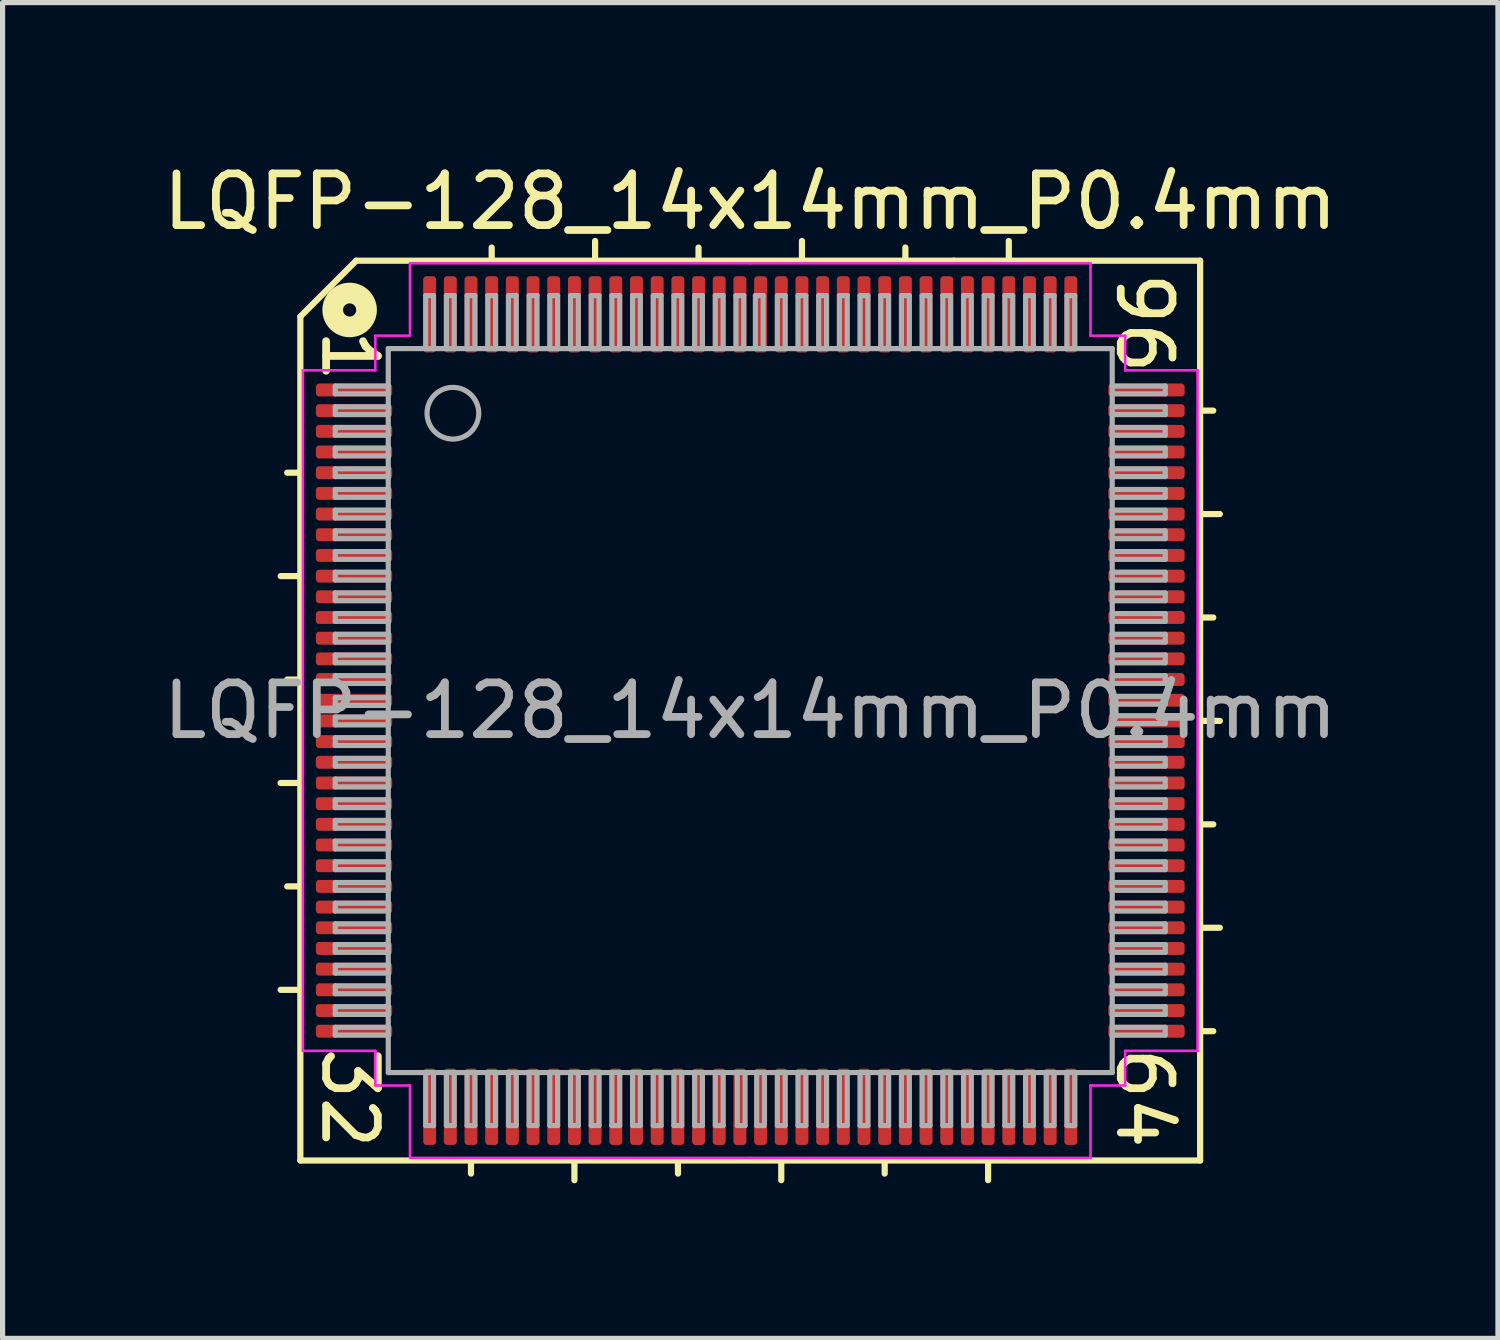
<source format=kicad_pcb>
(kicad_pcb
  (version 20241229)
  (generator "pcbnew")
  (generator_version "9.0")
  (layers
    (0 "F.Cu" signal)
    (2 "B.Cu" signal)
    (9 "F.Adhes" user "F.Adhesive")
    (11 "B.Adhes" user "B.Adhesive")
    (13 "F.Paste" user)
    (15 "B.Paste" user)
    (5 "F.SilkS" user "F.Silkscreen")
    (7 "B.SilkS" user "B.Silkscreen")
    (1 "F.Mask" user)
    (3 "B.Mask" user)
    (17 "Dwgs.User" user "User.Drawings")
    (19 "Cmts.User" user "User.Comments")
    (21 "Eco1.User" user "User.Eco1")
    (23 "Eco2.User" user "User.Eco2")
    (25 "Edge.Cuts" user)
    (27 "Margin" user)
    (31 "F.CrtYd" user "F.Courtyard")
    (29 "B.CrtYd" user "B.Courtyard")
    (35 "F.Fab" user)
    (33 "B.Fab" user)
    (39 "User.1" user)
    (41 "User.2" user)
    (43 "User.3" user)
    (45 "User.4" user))
  (footprint "LQFP-128_14x14mm_P0.4mm"
    (layer "F.Cu")
    (at 11.458 10.691)
    (property "Reference" "LQFP-128_14x14mm_P0.4mm" (at 0 -9.843 0) (layer "F.SilkS") (effects (font (size 1 1) (thickness 0.15))))
    (attr smd)
    (fp_line (start -8.7 -7.62) (end -8.7 8.7) (stroke (width 0.12) (type solid)) (layer "F.SilkS"))
    (fp_line (start -8.7 -4.6) (end -8.954 -4.6) (stroke (width 0.12) (type solid)) (layer "F.SilkS"))
    (fp_line (start -8.7 -2.6) (end -9.081 -2.6) (stroke (width 0.12) (type solid)) (layer "F.SilkS"))
    (fp_line (start -8.7 -0.6) (end -8.954 -0.6) (stroke (width 0.12) (type solid)) (layer "F.SilkS"))
    (fp_line (start -8.7 1.4) (end -9.081 1.4) (stroke (width 0.12) (type solid)) (layer "F.SilkS"))
    (fp_line (start -8.7 3.4) (end -8.954 3.4) (stroke (width 0.12) (type solid)) (layer "F.SilkS"))
    (fp_line (start -8.7 5.4) (end -9.081 5.4) (stroke (width 0.12) (type solid)) (layer "F.SilkS"))
    (fp_line (start -8.7 8.7) (end 8.7 8.7) (stroke (width 0.12) (type solid)) (layer "F.SilkS"))
    (fp_line (start -7.62 -8.7) (end -8.7 -7.62) (stroke (width 0.12) (type solid)) (layer "F.SilkS"))
    (fp_line (start -7.62 -8.7) (end 3.937 -8.7) (stroke (width 0.12) (type solid)) (layer "F.SilkS"))
    (fp_line (start -5.4 8.7) (end -5.4 8.954) (stroke (width 0.12) (type solid)) (layer "F.SilkS"))
    (fp_line (start -5 -8.7) (end -5 -8.954) (stroke (width 0.12) (type solid)) (layer "F.SilkS"))
    (fp_line (start -3.4 8.7) (end -3.4 9.081) (stroke (width 0.12) (type solid)) (layer "F.SilkS"))
    (fp_line (start -3 -8.7) (end -3 -9.081) (stroke (width 0.12) (type solid)) (layer "F.SilkS"))
    (fp_line (start -1.4 8.7) (end -1.397 8.954) (stroke (width 0.12) (type solid)) (layer "F.SilkS"))
    (fp_line (start -1 -8.7) (end -1 -8.954) (stroke (width 0.12) (type solid)) (layer "F.SilkS"))
    (fp_line (start 0.6 8.7) (end 0.6 9.081) (stroke (width 0.12) (type solid)) (layer "F.SilkS"))
    (fp_line (start 1 -8.7) (end 1 -9.081) (stroke (width 0.12) (type solid)) (layer "F.SilkS"))
    (fp_line (start 2.6 8.7) (end 2.6 8.954) (stroke (width 0.12) (type solid)) (layer "F.SilkS"))
    (fp_line (start 3 -8.7) (end 3 -8.954) (stroke (width 0.12) (type solid)) (layer "F.SilkS"))
    (fp_line (start 4.6 8.7) (end 4.6 9.081) (stroke (width 0.12) (type solid)) (layer "F.SilkS"))
    (fp_line (start 5 -8.7) (end 5 -9.081) (stroke (width 0.12) (type solid)) (layer "F.SilkS"))
    (fp_line (start 8.7 -8.7) (end 3.937 -8.7) (stroke (width 0.12) (type solid)) (layer "F.SilkS"))
    (fp_line (start 8.7 -5.8) (end 8.954 -5.8) (stroke (width 0.12) (type solid)) (layer "F.SilkS"))
    (fp_line (start 8.7 -3.8) (end 9.081 -3.8) (stroke (width 0.12) (type solid)) (layer "F.SilkS"))
    (fp_line (start 8.7 -1.8) (end 8.954 -1.8) (stroke (width 0.12) (type solid)) (layer "F.SilkS"))
    (fp_line (start 8.7 0.2) (end 9.081 0.2) (stroke (width 0.12) (type solid)) (layer "F.SilkS"))
    (fp_line (start 8.7 2.2) (end 8.954 2.2) (stroke (width 0.12) (type solid)) (layer "F.SilkS"))
    (fp_line (start 8.7 4.2) (end 9.081 4.2) (stroke (width 0.12) (type solid)) (layer "F.SilkS"))
    (fp_line (start 8.7 6.2) (end 8.954 6.2) (stroke (width 0.12) (type solid)) (layer "F.SilkS"))
    (fp_line (start 8.7 8.7) (end 8.7 -8.7) (stroke (width 0.12) (type solid)) (layer "F.SilkS"))
    (fp_circle (center -7.747 -7.747) (end -7.62 -7.747) (stroke (width 0.4) (type solid)) (fill no) (layer "F.SilkS"))
    (fp_line (start -8.65 -6.58) (end -8.65 0) (stroke (width 0.05) (type solid)) (layer "F.CrtYd"))
    (fp_line (start -8.65 6.58) (end -8.65 0) (stroke (width 0.05) (type solid)) (layer "F.CrtYd"))
    (fp_line (start -7.25 -7.25) (end -7.25 -6.58) (stroke (width 0.05) (type solid)) (layer "F.CrtYd"))
    (fp_line (start -7.25 -6.58) (end -8.65 -6.58) (stroke (width 0.05) (type solid)) (layer "F.CrtYd"))
    (fp_line (start -7.25 6.58) (end -8.65 6.58) (stroke (width 0.05) (type solid)) (layer "F.CrtYd"))
    (fp_line (start -7.25 7.25) (end -7.25 6.58) (stroke (width 0.05) (type solid)) (layer "F.CrtYd"))
    (fp_line (start -6.58 -8.65) (end -6.58 -7.25) (stroke (width 0.05) (type solid)) (layer "F.CrtYd"))
    (fp_line (start -6.58 -7.25) (end -7.25 -7.25) (stroke (width 0.05) (type solid)) (layer "F.CrtYd"))
    (fp_line (start -6.58 7.25) (end -7.25 7.25) (stroke (width 0.05) (type solid)) (layer "F.CrtYd"))
    (fp_line (start -6.58 8.65) (end -6.58 7.25) (stroke (width 0.05) (type solid)) (layer "F.CrtYd"))
    (fp_line (start 0 -8.65) (end -6.58 -8.65) (stroke (width 0.05) (type solid)) (layer "F.CrtYd"))
    (fp_line (start 0 -8.65) (end 6.58 -8.65) (stroke (width 0.05) (type solid)) (layer "F.CrtYd"))
    (fp_line (start 0 8.65) (end -6.58 8.65) (stroke (width 0.05) (type solid)) (layer "F.CrtYd"))
    (fp_line (start 0 8.65) (end 6.58 8.65) (stroke (width 0.05) (type solid)) (layer "F.CrtYd"))
    (fp_line (start 6.58 -8.65) (end 6.58 -7.25) (stroke (width 0.05) (type solid)) (layer "F.CrtYd"))
    (fp_line (start 6.58 -7.25) (end 7.25 -7.25) (stroke (width 0.05) (type solid)) (layer "F.CrtYd"))
    (fp_line (start 6.58 7.25) (end 7.25 7.25) (stroke (width 0.05) (type solid)) (layer "F.CrtYd"))
    (fp_line (start 6.58 8.65) (end 6.58 7.25) (stroke (width 0.05) (type solid)) (layer "F.CrtYd"))
    (fp_line (start 7.25 -7.25) (end 7.25 -6.58) (stroke (width 0.05) (type solid)) (layer "F.CrtYd"))
    (fp_line (start 7.25 -6.58) (end 8.65 -6.58) (stroke (width 0.05) (type solid)) (layer "F.CrtYd"))
    (fp_line (start 7.25 6.58) (end 8.65 6.58) (stroke (width 0.05) (type solid)) (layer "F.CrtYd"))
    (fp_line (start 7.25 7.25) (end 7.25 6.58) (stroke (width 0.05) (type solid)) (layer "F.CrtYd"))
    (fp_line (start 8.65 -6.58) (end 8.65 0) (stroke (width 0.05) (type solid)) (layer "F.CrtYd"))
    (fp_line (start 8.65 6.58) (end 8.65 0) (stroke (width 0.05) (type solid)) (layer "F.CrtYd"))
    (fp_line (start -8.025 -6.275) (end -8.025 -6.125) (stroke (width 0.1) (type solid)) (layer "F.Fab"))
    (fp_line (start -8.025 -6.275) (end -7 -6.275) (stroke (width 0.1) (type solid)) (layer "F.Fab"))
    (fp_line (start -8.025 -6.125) (end -7 -6.125) (stroke (width 0.1) (type solid)) (layer "F.Fab"))
    (fp_line (start -8.025 -5.875) (end -8.025 -5.725) (stroke (width 0.1) (type solid)) (layer "F.Fab"))
    (fp_line (start -8.025 -5.875) (end -7 -5.875) (stroke (width 0.1) (type solid)) (layer "F.Fab"))
    (fp_line (start -8.025 -5.725) (end -7 -5.725) (stroke (width 0.1) (type solid)) (layer "F.Fab"))
    (fp_line (start -8.025 -5.475) (end -8.025 -5.325) (stroke (width 0.1) (type solid)) (layer "F.Fab"))
    (fp_line (start -8.025 -5.475) (end -7 -5.475) (stroke (width 0.1) (type solid)) (layer "F.Fab"))
    (fp_line (start -8.025 -5.325) (end -7 -5.325) (stroke (width 0.1) (type solid)) (layer "F.Fab"))
    (fp_line (start -8.025 -5.075) (end -8.025 -4.925) (stroke (width 0.1) (type solid)) (layer "F.Fab"))
    (fp_line (start -8.025 -5.075) (end -7 -5.075) (stroke (width 0.1) (type solid)) (layer "F.Fab"))
    (fp_line (start -8.025 -4.925) (end -7 -4.925) (stroke (width 0.1) (type solid)) (layer "F.Fab"))
    (fp_line (start -8.025 -4.675) (end -8.025 -4.525) (stroke (width 0.1) (type solid)) (layer "F.Fab"))
    (fp_line (start -8.025 -4.675) (end -7 -4.675) (stroke (width 0.1) (type solid)) (layer "F.Fab"))
    (fp_line (start -8.025 -4.525) (end -7 -4.525) (stroke (width 0.1) (type solid)) (layer "F.Fab"))
    (fp_line (start -8.025 -4.275) (end -8.025 -4.125) (stroke (width 0.1) (type solid)) (layer "F.Fab"))
    (fp_line (start -8.025 -4.275) (end -7 -4.275) (stroke (width 0.1) (type solid)) (layer "F.Fab"))
    (fp_line (start -8.025 -4.125) (end -7 -4.125) (stroke (width 0.1) (type solid)) (layer "F.Fab"))
    (fp_line (start -8.025 -3.875) (end -8.025 -3.725) (stroke (width 0.1) (type solid)) (layer "F.Fab"))
    (fp_line (start -8.025 -3.875) (end -7 -3.875) (stroke (width 0.1) (type solid)) (layer "F.Fab"))
    (fp_line (start -8.025 -3.725) (end -7 -3.725) (stroke (width 0.1) (type solid)) (layer "F.Fab"))
    (fp_line (start -8.025 -3.475) (end -8.025 -3.325) (stroke (width 0.1) (type solid)) (layer "F.Fab"))
    (fp_line (start -8.025 -3.475) (end -7 -3.475) (stroke (width 0.1) (type solid)) (layer "F.Fab"))
    (fp_line (start -8.025 -3.325) (end -7 -3.325) (stroke (width 0.1) (type solid)) (layer "F.Fab"))
    (fp_line (start -8.025 -3.075) (end -8.025 -2.925) (stroke (width 0.1) (type solid)) (layer "F.Fab"))
    (fp_line (start -8.025 -3.075) (end -7 -3.075) (stroke (width 0.1) (type solid)) (layer "F.Fab"))
    (fp_line (start -8.025 -2.925) (end -7 -2.925) (stroke (width 0.1) (type solid)) (layer "F.Fab"))
    (fp_line (start -8.025 -2.675) (end -8.025 -2.525) (stroke (width 0.1) (type solid)) (layer "F.Fab"))
    (fp_line (start -8.025 -2.675) (end -7 -2.675) (stroke (width 0.1) (type solid)) (layer "F.Fab"))
    (fp_line (start -8.025 -2.525) (end -7 -2.525) (stroke (width 0.1) (type solid)) (layer "F.Fab"))
    (fp_line (start -8.025 -2.275) (end -8.025 -2.125) (stroke (width 0.1) (type solid)) (layer "F.Fab"))
    (fp_line (start -8.025 -2.275) (end -7 -2.275) (stroke (width 0.1) (type solid)) (layer "F.Fab"))
    (fp_line (start -8.025 -2.125) (end -7 -2.125) (stroke (width 0.1) (type solid)) (layer "F.Fab"))
    (fp_line (start -8.025 -1.875) (end -8.025 -1.725) (stroke (width 0.1) (type solid)) (layer "F.Fab"))
    (fp_line (start -8.025 -1.875) (end -7 -1.875) (stroke (width 0.1) (type solid)) (layer "F.Fab"))
    (fp_line (start -8.025 -1.725) (end -7 -1.725) (stroke (width 0.1) (type solid)) (layer "F.Fab"))
    (fp_line (start -8.025 -1.475) (end -8.025 -1.325) (stroke (width 0.1) (type solid)) (layer "F.Fab"))
    (fp_line (start -8.025 -1.475) (end -7 -1.475) (stroke (width 0.1) (type solid)) (layer "F.Fab"))
    (fp_line (start -8.025 -1.325) (end -7 -1.325) (stroke (width 0.1) (type solid)) (layer "F.Fab"))
    (fp_line (start -8.025 -1.075) (end -8.025 -0.925) (stroke (width 0.1) (type solid)) (layer "F.Fab"))
    (fp_line (start -8.025 -1.075) (end -7 -1.075) (stroke (width 0.1) (type solid)) (layer "F.Fab"))
    (fp_line (start -8.025 -0.925) (end -7 -0.925) (stroke (width 0.1) (type solid)) (layer "F.Fab"))
    (fp_line (start -8.025 -0.675) (end -8.025 -0.525) (stroke (width 0.1) (type solid)) (layer "F.Fab"))
    (fp_line (start -8.025 -0.675) (end -7 -0.675) (stroke (width 0.1) (type solid)) (layer "F.Fab"))
    (fp_line (start -8.025 -0.525) (end -7 -0.525) (stroke (width 0.1) (type solid)) (layer "F.Fab"))
    (fp_line (start -8.025 -0.25) (end -8.025 -0.1) (stroke (width 0.1) (type solid)) (layer "F.Fab"))
    (fp_line (start -8.025 -0.25) (end -7 -0.25) (stroke (width 0.1) (type solid)) (layer "F.Fab"))
    (fp_line (start -8.025 -0.1) (end -7 -0.1) (stroke (width 0.1) (type solid)) (layer "F.Fab"))
    (fp_line (start -8.025 0.125) (end -8.025 0.275) (stroke (width 0.1) (type solid)) (layer "F.Fab"))
    (fp_line (start -8.025 0.125) (end -7 0.125) (stroke (width 0.1) (type solid)) (layer "F.Fab"))
    (fp_line (start -8.025 0.275) (end -7 0.275) (stroke (width 0.1) (type solid)) (layer "F.Fab"))
    (fp_line (start -8.025 0.525) (end -8.025 0.675) (stroke (width 0.1) (type solid)) (layer "F.Fab"))
    (fp_line (start -8.025 0.525) (end -7 0.525) (stroke (width 0.1) (type solid)) (layer "F.Fab"))
    (fp_line (start -8.025 0.675) (end -7 0.675) (stroke (width 0.1) (type solid)) (layer "F.Fab"))
    (fp_line (start -8.025 0.925) (end -8.025 1.075) (stroke (width 0.1) (type solid)) (layer "F.Fab"))
    (fp_line (start -8.025 0.925) (end -7 0.925) (stroke (width 0.1) (type solid)) (layer "F.Fab"))
    (fp_line (start -8.025 1.075) (end -7 1.075) (stroke (width 0.1) (type solid)) (layer "F.Fab"))
    (fp_line (start -8.025 1.325) (end -8.025 1.475) (stroke (width 0.1) (type solid)) (layer "F.Fab"))
    (fp_line (start -8.025 1.325) (end -7 1.325) (stroke (width 0.1) (type solid)) (layer "F.Fab"))
    (fp_line (start -8.025 1.475) (end -7 1.475) (stroke (width 0.1) (type solid)) (layer "F.Fab"))
    (fp_line (start -8.025 1.725) (end -8.025 1.875) (stroke (width 0.1) (type solid)) (layer "F.Fab"))
    (fp_line (start -8.025 1.725) (end -7 1.725) (stroke (width 0.1) (type solid)) (layer "F.Fab"))
    (fp_line (start -8.025 1.875) (end -7 1.875) (stroke (width 0.1) (type solid)) (layer "F.Fab"))
    (fp_line (start -8.025 2.125) (end -8.025 2.275) (stroke (width 0.1) (type solid)) (layer "F.Fab"))
    (fp_line (start -8.025 2.125) (end -7 2.125) (stroke (width 0.1) (type solid)) (layer "F.Fab"))
    (fp_line (start -8.025 2.275) (end -7 2.275) (stroke (width 0.1) (type solid)) (layer "F.Fab"))
    (fp_line (start -8.025 2.525) (end -8.025 2.675) (stroke (width 0.1) (type solid)) (layer "F.Fab"))
    (fp_line (start -8.025 2.525) (end -7 2.525) (stroke (width 0.1) (type solid)) (layer "F.Fab"))
    (fp_line (start -8.025 2.675) (end -7 2.675) (stroke (width 0.1) (type solid)) (layer "F.Fab"))
    (fp_line (start -8.025 2.925) (end -8.025 3.075) (stroke (width 0.1) (type solid)) (layer "F.Fab"))
    (fp_line (start -8.025 2.925) (end -7 2.925) (stroke (width 0.1) (type solid)) (layer "F.Fab"))
    (fp_line (start -8.025 3.075) (end -7 3.075) (stroke (width 0.1) (type solid)) (layer "F.Fab"))
    (fp_line (start -8.025 3.325) (end -8.025 3.475) (stroke (width 0.1) (type solid)) (layer "F.Fab"))
    (fp_line (start -8.025 3.325) (end -7 3.325) (stroke (width 0.1) (type solid)) (layer "F.Fab"))
    (fp_line (start -8.025 3.475) (end -7 3.475) (stroke (width 0.1) (type solid)) (layer "F.Fab"))
    (fp_line (start -8.025 3.725) (end -8.025 3.875) (stroke (width 0.1) (type solid)) (layer "F.Fab"))
    (fp_line (start -8.025 3.725) (end -7 3.725) (stroke (width 0.1) (type solid)) (layer "F.Fab"))
    (fp_line (start -8.025 3.875) (end -7 3.875) (stroke (width 0.1) (type solid)) (layer "F.Fab"))
    (fp_line (start -8.025 4.125) (end -8.025 4.275) (stroke (width 0.1) (type solid)) (layer "F.Fab"))
    (fp_line (start -8.025 4.125) (end -7 4.125) (stroke (width 0.1) (type solid)) (layer "F.Fab"))
    (fp_line (start -8.025 4.275) (end -7 4.275) (stroke (width 0.1) (type solid)) (layer "F.Fab"))
    (fp_line (start -8.025 4.525) (end -8.025 4.675) (stroke (width 0.1) (type solid)) (layer "F.Fab"))
    (fp_line (start -8.025 4.525) (end -7 4.525) (stroke (width 0.1) (type solid)) (layer "F.Fab"))
    (fp_line (start -8.025 4.675) (end -7 4.675) (stroke (width 0.1) (type solid)) (layer "F.Fab"))
    (fp_line (start -8.025 4.925) (end -8.025 5.075) (stroke (width 0.1) (type solid)) (layer "F.Fab"))
    (fp_line (start -8.025 4.925) (end -7 4.925) (stroke (width 0.1) (type solid)) (layer "F.Fab"))
    (fp_line (start -8.025 5.075) (end -7 5.075) (stroke (width 0.1) (type solid)) (layer "F.Fab"))
    (fp_line (start -8.025 5.325) (end -8.025 5.475) (stroke (width 0.1) (type solid)) (layer "F.Fab"))
    (fp_line (start -8.025 5.325) (end -7 5.325) (stroke (width 0.1) (type solid)) (layer "F.Fab"))
    (fp_line (start -8.025 5.475) (end -7 5.475) (stroke (width 0.1) (type solid)) (layer "F.Fab"))
    (fp_line (start -8.025 5.725) (end -8.025 5.875) (stroke (width 0.1) (type solid)) (layer "F.Fab"))
    (fp_line (start -8.025 5.725) (end -7 5.725) (stroke (width 0.1) (type solid)) (layer "F.Fab"))
    (fp_line (start -8.025 5.875) (end -7 5.875) (stroke (width 0.1) (type solid)) (layer "F.Fab"))
    (fp_line (start -8.025 6.125) (end -8.025 6.275) (stroke (width 0.1) (type solid)) (layer "F.Fab"))
    (fp_line (start -8.025 6.125) (end -7 6.125) (stroke (width 0.1) (type solid)) (layer "F.Fab"))
    (fp_line (start -8.025 6.275) (end -7 6.275) (stroke (width 0.1) (type solid)) (layer "F.Fab"))
    (fp_line (start -7 -7) (end 7 -7) (stroke (width 0.1) (type solid)) (layer "F.Fab"))
    (fp_line (start -7 7) (end -7 -7) (stroke (width 0.1) (type solid)) (layer "F.Fab"))
    (fp_line (start -6.275 -8.025) (end -6.275 -7) (stroke (width 0.1) (type solid)) (layer "F.Fab"))
    (fp_line (start -6.275 8.025) (end -6.275 7) (stroke (width 0.1) (type solid)) (layer "F.Fab"))
    (fp_line (start -6.275 8.025) (end -6.125 8.025) (stroke (width 0.1) (type solid)) (layer "F.Fab"))
    (fp_line (start -6.125 -8.025) (end -6.275 -8.025) (stroke (width 0.1) (type solid)) (layer "F.Fab"))
    (fp_line (start -6.125 -8.025) (end -6.125 -7) (stroke (width 0.1) (type solid)) (layer "F.Fab"))
    (fp_line (start -6.125 8.025) (end -6.125 7) (stroke (width 0.1) (type solid)) (layer "F.Fab"))
    (fp_line (start -5.875 -8.025) (end -5.875 -7) (stroke (width 0.1) (type solid)) (layer "F.Fab"))
    (fp_line (start -5.875 8.025) (end -5.875 7) (stroke (width 0.1) (type solid)) (layer "F.Fab"))
    (fp_line (start -5.875 8.025) (end -5.725 8.025) (stroke (width 0.1) (type solid)) (layer "F.Fab"))
    (fp_line (start -5.725 -8.025) (end -5.875 -8.025) (stroke (width 0.1) (type solid)) (layer "F.Fab"))
    (fp_line (start -5.725 -8.025) (end -5.725 -7) (stroke (width 0.1) (type solid)) (layer "F.Fab"))
    (fp_line (start -5.725 8.025) (end -5.725 7) (stroke (width 0.1) (type solid)) (layer "F.Fab"))
    (fp_line (start -5.475 -8.025) (end -5.475 -7) (stroke (width 0.1) (type solid)) (layer "F.Fab"))
    (fp_line (start -5.475 8.025) (end -5.475 7) (stroke (width 0.1) (type solid)) (layer "F.Fab"))
    (fp_line (start -5.475 8.025) (end -5.325 8.025) (stroke (width 0.1) (type solid)) (layer "F.Fab"))
    (fp_line (start -5.325 -8.025) (end -5.475 -8.025) (stroke (width 0.1) (type solid)) (layer "F.Fab"))
    (fp_line (start -5.325 -8.025) (end -5.325 -7) (stroke (width 0.1) (type solid)) (layer "F.Fab"))
    (fp_line (start -5.325 8.025) (end -5.325 7) (stroke (width 0.1) (type solid)) (layer "F.Fab"))
    (fp_line (start -5.075 -8.025) (end -5.075 -7) (stroke (width 0.1) (type solid)) (layer "F.Fab"))
    (fp_line (start -5.075 8.025) (end -5.075 7) (stroke (width 0.1) (type solid)) (layer "F.Fab"))
    (fp_line (start -5.075 8.025) (end -4.925 8.025) (stroke (width 0.1) (type solid)) (layer "F.Fab"))
    (fp_line (start -4.925 -8.025) (end -5.075 -8.025) (stroke (width 0.1) (type solid)) (layer "F.Fab"))
    (fp_line (start -4.925 -8.025) (end -4.925 -7) (stroke (width 0.1) (type solid)) (layer "F.Fab"))
    (fp_line (start -4.925 8.025) (end -4.925 7) (stroke (width 0.1) (type solid)) (layer "F.Fab"))
    (fp_line (start -4.675 -8.025) (end -4.675 -7) (stroke (width 0.1) (type solid)) (layer "F.Fab"))
    (fp_line (start -4.675 8.025) (end -4.675 7) (stroke (width 0.1) (type solid)) (layer "F.Fab"))
    (fp_line (start -4.675 8.025) (end -4.525 8.025) (stroke (width 0.1) (type solid)) (layer "F.Fab"))
    (fp_line (start -4.525 -8.025) (end -4.675 -8.025) (stroke (width 0.1) (type solid)) (layer "F.Fab"))
    (fp_line (start -4.525 -8.025) (end -4.525 -7) (stroke (width 0.1) (type solid)) (layer "F.Fab"))
    (fp_line (start -4.525 8.025) (end -4.525 7) (stroke (width 0.1) (type solid)) (layer "F.Fab"))
    (fp_line (start -4.275 -8.025) (end -4.275 -7) (stroke (width 0.1) (type solid)) (layer "F.Fab"))
    (fp_line (start -4.275 8.025) (end -4.275 7) (stroke (width 0.1) (type solid)) (layer "F.Fab"))
    (fp_line (start -4.275 8.025) (end -4.125 8.025) (stroke (width 0.1) (type solid)) (layer "F.Fab"))
    (fp_line (start -4.125 -8.025) (end -4.275 -8.025) (stroke (width 0.1) (type solid)) (layer "F.Fab"))
    (fp_line (start -4.125 -8.025) (end -4.125 -7) (stroke (width 0.1) (type solid)) (layer "F.Fab"))
    (fp_line (start -4.125 8.025) (end -4.125 7) (stroke (width 0.1) (type solid)) (layer "F.Fab"))
    (fp_line (start -3.875 -8.025) (end -3.875 -7) (stroke (width 0.1) (type solid)) (layer "F.Fab"))
    (fp_line (start -3.875 8.025) (end -3.875 7) (stroke (width 0.1) (type solid)) (layer "F.Fab"))
    (fp_line (start -3.875 8.025) (end -3.725 8.025) (stroke (width 0.1) (type solid)) (layer "F.Fab"))
    (fp_line (start -3.725 -8.025) (end -3.875 -8.025) (stroke (width 0.1) (type solid)) (layer "F.Fab"))
    (fp_line (start -3.725 -8.025) (end -3.725 -7) (stroke (width 0.1) (type solid)) (layer "F.Fab"))
    (fp_line (start -3.725 8.025) (end -3.725 7) (stroke (width 0.1) (type solid)) (layer "F.Fab"))
    (fp_line (start -3.475 -8.025) (end -3.475 -7) (stroke (width 0.1) (type solid)) (layer "F.Fab"))
    (fp_line (start -3.475 8.025) (end -3.475 7) (stroke (width 0.1) (type solid)) (layer "F.Fab"))
    (fp_line (start -3.475 8.025) (end -3.325 8.025) (stroke (width 0.1) (type solid)) (layer "F.Fab"))
    (fp_line (start -3.325 -8.025) (end -3.475 -8.025) (stroke (width 0.1) (type solid)) (layer "F.Fab"))
    (fp_line (start -3.325 -8.025) (end -3.325 -7) (stroke (width 0.1) (type solid)) (layer "F.Fab"))
    (fp_line (start -3.325 8.025) (end -3.325 7) (stroke (width 0.1) (type solid)) (layer "F.Fab"))
    (fp_line (start -3.075 -8.025) (end -3.075 -7) (stroke (width 0.1) (type solid)) (layer "F.Fab"))
    (fp_line (start -3.075 8.025) (end -3.075 7) (stroke (width 0.1) (type solid)) (layer "F.Fab"))
    (fp_line (start -3.075 8.025) (end -2.925 8.025) (stroke (width 0.1) (type solid)) (layer "F.Fab"))
    (fp_line (start -2.925 -8.025) (end -3.075 -8.025) (stroke (width 0.1) (type solid)) (layer "F.Fab"))
    (fp_line (start -2.925 -8.025) (end -2.925 -7) (stroke (width 0.1) (type solid)) (layer "F.Fab"))
    (fp_line (start -2.925 8.025) (end -2.925 7) (stroke (width 0.1) (type solid)) (layer "F.Fab"))
    (fp_line (start -2.675 -8.025) (end -2.675 -7) (stroke (width 0.1) (type solid)) (layer "F.Fab"))
    (fp_line (start -2.675 8.025) (end -2.675 7) (stroke (width 0.1) (type solid)) (layer "F.Fab"))
    (fp_line (start -2.675 8.025) (end -2.525 8.025) (stroke (width 0.1) (type solid)) (layer "F.Fab"))
    (fp_line (start -2.525 -8.025) (end -2.675 -8.025) (stroke (width 0.1) (type solid)) (layer "F.Fab"))
    (fp_line (start -2.525 -8.025) (end -2.525 -7) (stroke (width 0.1) (type solid)) (layer "F.Fab"))
    (fp_line (start -2.525 8.025) (end -2.525 7) (stroke (width 0.1) (type solid)) (layer "F.Fab"))
    (fp_line (start -2.275 -8.025) (end -2.275 -7) (stroke (width 0.1) (type solid)) (layer "F.Fab"))
    (fp_line (start -2.275 8.025) (end -2.275 7) (stroke (width 0.1) (type solid)) (layer "F.Fab"))
    (fp_line (start -2.275 8.025) (end -2.125 8.025) (stroke (width 0.1) (type solid)) (layer "F.Fab"))
    (fp_line (start -2.125 -8.025) (end -2.275 -8.025) (stroke (width 0.1) (type solid)) (layer "F.Fab"))
    (fp_line (start -2.125 -8.025) (end -2.125 -7) (stroke (width 0.1) (type solid)) (layer "F.Fab"))
    (fp_line (start -2.125 8.025) (end -2.125 7) (stroke (width 0.1) (type solid)) (layer "F.Fab"))
    (fp_line (start -1.875 -8.025) (end -1.875 -7) (stroke (width 0.1) (type solid)) (layer "F.Fab"))
    (fp_line (start -1.875 8.025) (end -1.875 7) (stroke (width 0.1) (type solid)) (layer "F.Fab"))
    (fp_line (start -1.875 8.025) (end -1.725 8.025) (stroke (width 0.1) (type solid)) (layer "F.Fab"))
    (fp_line (start -1.725 -8.025) (end -1.875 -8.025) (stroke (width 0.1) (type solid)) (layer "F.Fab"))
    (fp_line (start -1.725 -8.025) (end -1.725 -7) (stroke (width 0.1) (type solid)) (layer "F.Fab"))
    (fp_line (start -1.725 8.025) (end -1.725 7) (stroke (width 0.1) (type solid)) (layer "F.Fab"))
    (fp_line (start -1.475 -8.025) (end -1.475 -7) (stroke (width 0.1) (type solid)) (layer "F.Fab"))
    (fp_line (start -1.475 8.025) (end -1.475 7) (stroke (width 0.1) (type solid)) (layer "F.Fab"))
    (fp_line (start -1.475 8.025) (end -1.325 8.025) (stroke (width 0.1) (type solid)) (layer "F.Fab"))
    (fp_line (start -1.325 -8.025) (end -1.475 -8.025) (stroke (width 0.1) (type solid)) (layer "F.Fab"))
    (fp_line (start -1.325 -8.025) (end -1.325 -7) (stroke (width 0.1) (type solid)) (layer "F.Fab"))
    (fp_line (start -1.325 8.025) (end -1.325 7) (stroke (width 0.1) (type solid)) (layer "F.Fab"))
    (fp_line (start -1.075 -8.025) (end -1.075 -7) (stroke (width 0.1) (type solid)) (layer "F.Fab"))
    (fp_line (start -1.075 8.025) (end -1.075 7) (stroke (width 0.1) (type solid)) (layer "F.Fab"))
    (fp_line (start -1.075 8.025) (end -0.925 8.025) (stroke (width 0.1) (type solid)) (layer "F.Fab"))
    (fp_line (start -0.925 -8.025) (end -1.075 -8.025) (stroke (width 0.1) (type solid)) (layer "F.Fab"))
    (fp_line (start -0.925 -8.025) (end -0.925 -7) (stroke (width 0.1) (type solid)) (layer "F.Fab"))
    (fp_line (start -0.925 8.025) (end -0.925 7) (stroke (width 0.1) (type solid)) (layer "F.Fab"))
    (fp_line (start -0.675 -8.025) (end -0.675 -7) (stroke (width 0.1) (type solid)) (layer "F.Fab"))
    (fp_line (start -0.675 8.025) (end -0.675 7) (stroke (width 0.1) (type solid)) (layer "F.Fab"))
    (fp_line (start -0.675 8.025) (end -0.525 8.025) (stroke (width 0.1) (type solid)) (layer "F.Fab"))
    (fp_line (start -0.525 -8.025) (end -0.675 -8.025) (stroke (width 0.1) (type solid)) (layer "F.Fab"))
    (fp_line (start -0.525 -8.025) (end -0.525 -7) (stroke (width 0.1) (type solid)) (layer "F.Fab"))
    (fp_line (start -0.525 8.025) (end -0.525 7) (stroke (width 0.1) (type solid)) (layer "F.Fab"))
    (fp_line (start -0.275 -8.025) (end -0.275 -7) (stroke (width 0.1) (type solid)) (layer "F.Fab"))
    (fp_line (start -0.25 8.025) (end -0.25 7) (stroke (width 0.1) (type solid)) (layer "F.Fab"))
    (fp_line (start -0.25 8.025) (end -0.1 8.025) (stroke (width 0.1) (type solid)) (layer "F.Fab"))
    (fp_line (start -0.125 -8.025) (end -0.275 -8.025) (stroke (width 0.1) (type solid)) (layer "F.Fab"))
    (fp_line (start -0.125 -8.025) (end -0.125 -7) (stroke (width 0.1) (type solid)) (layer "F.Fab"))
    (fp_line (start -0.1 8.025) (end -0.1 7) (stroke (width 0.1) (type solid)) (layer "F.Fab"))
    (fp_line (start 0.1 -8.025) (end 0.1 -7) (stroke (width 0.1) (type solid)) (layer "F.Fab"))
    (fp_line (start 0.125 8.025) (end 0.125 7) (stroke (width 0.1) (type solid)) (layer "F.Fab"))
    (fp_line (start 0.125 8.025) (end 0.275 8.025) (stroke (width 0.1) (type solid)) (layer "F.Fab"))
    (fp_line (start 0.25 -8.025) (end 0.1 -8.025) (stroke (width 0.1) (type solid)) (layer "F.Fab"))
    (fp_line (start 0.25 -8.025) (end 0.25 -7) (stroke (width 0.1) (type solid)) (layer "F.Fab"))
    (fp_line (start 0.275 8.025) (end 0.275 7) (stroke (width 0.1) (type solid)) (layer "F.Fab"))
    (fp_line (start 0.525 -8.025) (end 0.525 -7) (stroke (width 0.1) (type solid)) (layer "F.Fab"))
    (fp_line (start 0.525 8.025) (end 0.525 7) (stroke (width 0.1) (type solid)) (layer "F.Fab"))
    (fp_line (start 0.525 8.025) (end 0.675 8.025) (stroke (width 0.1) (type solid)) (layer "F.Fab"))
    (fp_line (start 0.675 -8.025) (end 0.525 -8.025) (stroke (width 0.1) (type solid)) (layer "F.Fab"))
    (fp_line (start 0.675 -8.025) (end 0.675 -7) (stroke (width 0.1) (type solid)) (layer "F.Fab"))
    (fp_line (start 0.675 8.025) (end 0.675 7) (stroke (width 0.1) (type solid)) (layer "F.Fab"))
    (fp_line (start 0.925 -8.025) (end 0.925 -7) (stroke (width 0.1) (type solid)) (layer "F.Fab"))
    (fp_line (start 0.925 8.025) (end 0.925 7) (stroke (width 0.1) (type solid)) (layer "F.Fab"))
    (fp_line (start 0.925 8.025) (end 1.075 8.025) (stroke (width 0.1) (type solid)) (layer "F.Fab"))
    (fp_line (start 1.075 -8.025) (end 0.925 -8.025) (stroke (width 0.1) (type solid)) (layer "F.Fab"))
    (fp_line (start 1.075 -8.025) (end 1.075 -7) (stroke (width 0.1) (type solid)) (layer "F.Fab"))
    (fp_line (start 1.075 8.025) (end 1.075 7) (stroke (width 0.1) (type solid)) (layer "F.Fab"))
    (fp_line (start 1.325 -8.025) (end 1.325 -7) (stroke (width 0.1) (type solid)) (layer "F.Fab"))
    (fp_line (start 1.325 8.025) (end 1.325 7) (stroke (width 0.1) (type solid)) (layer "F.Fab"))
    (fp_line (start 1.325 8.025) (end 1.475 8.025) (stroke (width 0.1) (type solid)) (layer "F.Fab"))
    (fp_line (start 1.475 -8.025) (end 1.325 -8.025) (stroke (width 0.1) (type solid)) (layer "F.Fab"))
    (fp_line (start 1.475 -8.025) (end 1.475 -7) (stroke (width 0.1) (type solid)) (layer "F.Fab"))
    (fp_line (start 1.475 8.025) (end 1.475 7) (stroke (width 0.1) (type solid)) (layer "F.Fab"))
    (fp_line (start 1.725 -8.025) (end 1.725 -7) (stroke (width 0.1) (type solid)) (layer "F.Fab"))
    (fp_line (start 1.725 8.025) (end 1.725 7) (stroke (width 0.1) (type solid)) (layer "F.Fab"))
    (fp_line (start 1.725 8.025) (end 1.875 8.025) (stroke (width 0.1) (type solid)) (layer "F.Fab"))
    (fp_line (start 1.875 -8.025) (end 1.725 -8.025) (stroke (width 0.1) (type solid)) (layer "F.Fab"))
    (fp_line (start 1.875 -8.025) (end 1.875 -7) (stroke (width 0.1) (type solid)) (layer "F.Fab"))
    (fp_line (start 1.875 8.025) (end 1.875 7) (stroke (width 0.1) (type solid)) (layer "F.Fab"))
    (fp_line (start 2.125 -8.025) (end 2.125 -7) (stroke (width 0.1) (type solid)) (layer "F.Fab"))
    (fp_line (start 2.125 8.025) (end 2.125 7) (stroke (width 0.1) (type solid)) (layer "F.Fab"))
    (fp_line (start 2.125 8.025) (end 2.275 8.025) (stroke (width 0.1) (type solid)) (layer "F.Fab"))
    (fp_line (start 2.275 -8.025) (end 2.125 -8.025) (stroke (width 0.1) (type solid)) (layer "F.Fab"))
    (fp_line (start 2.275 -8.025) (end 2.275 -7) (stroke (width 0.1) (type solid)) (layer "F.Fab"))
    (fp_line (start 2.275 8.025) (end 2.275 7) (stroke (width 0.1) (type solid)) (layer "F.Fab"))
    (fp_line (start 2.525 -8.025) (end 2.525 -7) (stroke (width 0.1) (type solid)) (layer "F.Fab"))
    (fp_line (start 2.525 8.025) (end 2.525 7) (stroke (width 0.1) (type solid)) (layer "F.Fab"))
    (fp_line (start 2.525 8.025) (end 2.675 8.025) (stroke (width 0.1) (type solid)) (layer "F.Fab"))
    (fp_line (start 2.675 -8.025) (end 2.525 -8.025) (stroke (width 0.1) (type solid)) (layer "F.Fab"))
    (fp_line (start 2.675 -8.025) (end 2.675 -7) (stroke (width 0.1) (type solid)) (layer "F.Fab"))
    (fp_line (start 2.675 8.025) (end 2.675 7) (stroke (width 0.1) (type solid)) (layer "F.Fab"))
    (fp_line (start 2.925 -8.025) (end 2.925 -7) (stroke (width 0.1) (type solid)) (layer "F.Fab"))
    (fp_line (start 2.925 8.025) (end 2.925 7) (stroke (width 0.1) (type solid)) (layer "F.Fab"))
    (fp_line (start 2.925 8.025) (end 3.075 8.025) (stroke (width 0.1) (type solid)) (layer "F.Fab"))
    (fp_line (start 3.075 -8.025) (end 2.925 -8.025) (stroke (width 0.1) (type solid)) (layer "F.Fab"))
    (fp_line (start 3.075 -8.025) (end 3.075 -7) (stroke (width 0.1) (type solid)) (layer "F.Fab"))
    (fp_line (start 3.075 8.025) (end 3.075 7) (stroke (width 0.1) (type solid)) (layer "F.Fab"))
    (fp_line (start 3.325 -8.025) (end 3.325 -7) (stroke (width 0.1) (type solid)) (layer "F.Fab"))
    (fp_line (start 3.325 8.025) (end 3.325 7) (stroke (width 0.1) (type solid)) (layer "F.Fab"))
    (fp_line (start 3.325 8.025) (end 3.475 8.025) (stroke (width 0.1) (type solid)) (layer "F.Fab"))
    (fp_line (start 3.475 -8.025) (end 3.325 -8.025) (stroke (width 0.1) (type solid)) (layer "F.Fab"))
    (fp_line (start 3.475 -8.025) (end 3.475 -7) (stroke (width 0.1) (type solid)) (layer "F.Fab"))
    (fp_line (start 3.475 8.025) (end 3.475 7) (stroke (width 0.1) (type solid)) (layer "F.Fab"))
    (fp_line (start 3.725 -8.025) (end 3.725 -7) (stroke (width 0.1) (type solid)) (layer "F.Fab"))
    (fp_line (start 3.725 8.025) (end 3.725 7) (stroke (width 0.1) (type solid)) (layer "F.Fab"))
    (fp_line (start 3.725 8.025) (end 3.875 8.025) (stroke (width 0.1) (type solid)) (layer "F.Fab"))
    (fp_line (start 3.875 -8.025) (end 3.725 -8.025) (stroke (width 0.1) (type solid)) (layer "F.Fab"))
    (fp_line (start 3.875 -8.025) (end 3.875 -7) (stroke (width 0.1) (type solid)) (layer "F.Fab"))
    (fp_line (start 3.875 8.025) (end 3.875 7) (stroke (width 0.1) (type solid)) (layer "F.Fab"))
    (fp_line (start 4.125 -8.025) (end 4.125 -7) (stroke (width 0.1) (type solid)) (layer "F.Fab"))
    (fp_line (start 4.125 8.025) (end 4.125 7) (stroke (width 0.1) (type solid)) (layer "F.Fab"))
    (fp_line (start 4.125 8.025) (end 4.275 8.025) (stroke (width 0.1) (type solid)) (layer "F.Fab"))
    (fp_line (start 4.275 -8.025) (end 4.125 -8.025) (stroke (width 0.1) (type solid)) (layer "F.Fab"))
    (fp_line (start 4.275 -8.025) (end 4.275 -7) (stroke (width 0.1) (type solid)) (layer "F.Fab"))
    (fp_line (start 4.275 8.025) (end 4.275 7) (stroke (width 0.1) (type solid)) (layer "F.Fab"))
    (fp_line (start 4.525 -8.025) (end 4.525 -7) (stroke (width 0.1) (type solid)) (layer "F.Fab"))
    (fp_line (start 4.525 8.025) (end 4.525 7) (stroke (width 0.1) (type solid)) (layer "F.Fab"))
    (fp_line (start 4.525 8.025) (end 4.675 8.025) (stroke (width 0.1) (type solid)) (layer "F.Fab"))
    (fp_line (start 4.675 -8.025) (end 4.525 -8.025) (stroke (width 0.1) (type solid)) (layer "F.Fab"))
    (fp_line (start 4.675 -8.025) (end 4.675 -7) (stroke (width 0.1) (type solid)) (layer "F.Fab"))
    (fp_line (start 4.675 8.025) (end 4.675 7) (stroke (width 0.1) (type solid)) (layer "F.Fab"))
    (fp_line (start 4.925 -8.025) (end 4.925 -7) (stroke (width 0.1) (type solid)) (layer "F.Fab"))
    (fp_line (start 4.925 8.025) (end 4.925 7) (stroke (width 0.1) (type solid)) (layer "F.Fab"))
    (fp_line (start 4.925 8.025) (end 5.075 8.025) (stroke (width 0.1) (type solid)) (layer "F.Fab"))
    (fp_line (start 5.075 -8.025) (end 4.925 -8.025) (stroke (width 0.1) (type solid)) (layer "F.Fab"))
    (fp_line (start 5.075 -8.025) (end 5.075 -7) (stroke (width 0.1) (type solid)) (layer "F.Fab"))
    (fp_line (start 5.075 8.025) (end 5.075 7) (stroke (width 0.1) (type solid)) (layer "F.Fab"))
    (fp_line (start 5.325 -8.025) (end 5.325 -7) (stroke (width 0.1) (type solid)) (layer "F.Fab"))
    (fp_line (start 5.325 8.025) (end 5.325 7) (stroke (width 0.1) (type solid)) (layer "F.Fab"))
    (fp_line (start 5.325 8.025) (end 5.475 8.025) (stroke (width 0.1) (type solid)) (layer "F.Fab"))
    (fp_line (start 5.475 -8.025) (end 5.325 -8.025) (stroke (width 0.1) (type solid)) (layer "F.Fab"))
    (fp_line (start 5.475 -8.025) (end 5.475 -7) (stroke (width 0.1) (type solid)) (layer "F.Fab"))
    (fp_line (start 5.475 8.025) (end 5.475 7) (stroke (width 0.1) (type solid)) (layer "F.Fab"))
    (fp_line (start 5.725 -8.025) (end 5.725 -7) (stroke (width 0.1) (type solid)) (layer "F.Fab"))
    (fp_line (start 5.725 8.025) (end 5.725 7) (stroke (width 0.1) (type solid)) (layer "F.Fab"))
    (fp_line (start 5.725 8.025) (end 5.875 8.025) (stroke (width 0.1) (type solid)) (layer "F.Fab"))
    (fp_line (start 5.875 -8.025) (end 5.725 -8.025) (stroke (width 0.1) (type solid)) (layer "F.Fab"))
    (fp_line (start 5.875 -8.025) (end 5.875 -7) (stroke (width 0.1) (type solid)) (layer "F.Fab"))
    (fp_line (start 5.875 8.025) (end 5.875 7) (stroke (width 0.1) (type solid)) (layer "F.Fab"))
    (fp_line (start 6.125 -8.025) (end 6.125 -7) (stroke (width 0.1) (type solid)) (layer "F.Fab"))
    (fp_line (start 6.125 8.025) (end 6.125 7) (stroke (width 0.1) (type solid)) (layer "F.Fab"))
    (fp_line (start 6.125 8.025) (end 6.275 8.025) (stroke (width 0.1) (type solid)) (layer "F.Fab"))
    (fp_line (start 6.275 -8.025) (end 6.125 -8.025) (stroke (width 0.1) (type solid)) (layer "F.Fab"))
    (fp_line (start 6.275 -8.025) (end 6.275 -7) (stroke (width 0.1) (type solid)) (layer "F.Fab"))
    (fp_line (start 6.275 8.025) (end 6.275 7) (stroke (width 0.1) (type solid)) (layer "F.Fab"))
    (fp_line (start 7 -7) (end 7 7) (stroke (width 0.1) (type solid)) (layer "F.Fab"))
    (fp_line (start 7 7) (end -7 7) (stroke (width 0.1) (type solid)) (layer "F.Fab"))
    (fp_line (start 8.025 -6.275) (end 7 -6.275) (stroke (width 0.1) (type solid)) (layer "F.Fab"))
    (fp_line (start 8.025 -6.125) (end 7 -6.125) (stroke (width 0.1) (type solid)) (layer "F.Fab"))
    (fp_line (start 8.025 -6.125) (end 8.025 -6.275) (stroke (width 0.1) (type solid)) (layer "F.Fab"))
    (fp_line (start 8.025 -5.875) (end 7 -5.875) (stroke (width 0.1) (type solid)) (layer "F.Fab"))
    (fp_line (start 8.025 -5.725) (end 7 -5.725) (stroke (width 0.1) (type solid)) (layer "F.Fab"))
    (fp_line (start 8.025 -5.725) (end 8.025 -5.875) (stroke (width 0.1) (type solid)) (layer "F.Fab"))
    (fp_line (start 8.025 -5.475) (end 7 -5.475) (stroke (width 0.1) (type solid)) (layer "F.Fab"))
    (fp_line (start 8.025 -5.325) (end 7 -5.325) (stroke (width 0.1) (type solid)) (layer "F.Fab"))
    (fp_line (start 8.025 -5.325) (end 8.025 -5.475) (stroke (width 0.1) (type solid)) (layer "F.Fab"))
    (fp_line (start 8.025 -5.075) (end 7 -5.075) (stroke (width 0.1) (type solid)) (layer "F.Fab"))
    (fp_line (start 8.025 -4.925) (end 7 -4.925) (stroke (width 0.1) (type solid)) (layer "F.Fab"))
    (fp_line (start 8.025 -4.925) (end 8.025 -5.075) (stroke (width 0.1) (type solid)) (layer "F.Fab"))
    (fp_line (start 8.025 -4.675) (end 7 -4.675) (stroke (width 0.1) (type solid)) (layer "F.Fab"))
    (fp_line (start 8.025 -4.525) (end 7 -4.525) (stroke (width 0.1) (type solid)) (layer "F.Fab"))
    (fp_line (start 8.025 -4.525) (end 8.025 -4.675) (stroke (width 0.1) (type solid)) (layer "F.Fab"))
    (fp_line (start 8.025 -4.275) (end 7 -4.275) (stroke (width 0.1) (type solid)) (layer "F.Fab"))
    (fp_line (start 8.025 -4.125) (end 7 -4.125) (stroke (width 0.1) (type solid)) (layer "F.Fab"))
    (fp_line (start 8.025 -4.125) (end 8.025 -4.275) (stroke (width 0.1) (type solid)) (layer "F.Fab"))
    (fp_line (start 8.025 -3.875) (end 7 -3.875) (stroke (width 0.1) (type solid)) (layer "F.Fab"))
    (fp_line (start 8.025 -3.725) (end 7 -3.725) (stroke (width 0.1) (type solid)) (layer "F.Fab"))
    (fp_line (start 8.025 -3.725) (end 8.025 -3.875) (stroke (width 0.1) (type solid)) (layer "F.Fab"))
    (fp_line (start 8.025 -3.475) (end 7 -3.475) (stroke (width 0.1) (type solid)) (layer "F.Fab"))
    (fp_line (start 8.025 -3.325) (end 7 -3.325) (stroke (width 0.1) (type solid)) (layer "F.Fab"))
    (fp_line (start 8.025 -3.325) (end 8.025 -3.475) (stroke (width 0.1) (type solid)) (layer "F.Fab"))
    (fp_line (start 8.025 -3.075) (end 7 -3.075) (stroke (width 0.1) (type solid)) (layer "F.Fab"))
    (fp_line (start 8.025 -2.925) (end 7 -2.925) (stroke (width 0.1) (type solid)) (layer "F.Fab"))
    (fp_line (start 8.025 -2.925) (end 8.025 -3.075) (stroke (width 0.1) (type solid)) (layer "F.Fab"))
    (fp_line (start 8.025 -2.675) (end 7 -2.675) (stroke (width 0.1) (type solid)) (layer "F.Fab"))
    (fp_line (start 8.025 -2.525) (end 7 -2.525) (stroke (width 0.1) (type solid)) (layer "F.Fab"))
    (fp_line (start 8.025 -2.525) (end 8.025 -2.675) (stroke (width 0.1) (type solid)) (layer "F.Fab"))
    (fp_line (start 8.025 -2.275) (end 7 -2.275) (stroke (width 0.1) (type solid)) (layer "F.Fab"))
    (fp_line (start 8.025 -2.125) (end 7 -2.125) (stroke (width 0.1) (type solid)) (layer "F.Fab"))
    (fp_line (start 8.025 -2.125) (end 8.025 -2.275) (stroke (width 0.1) (type solid)) (layer "F.Fab"))
    (fp_line (start 8.025 -1.875) (end 7 -1.875) (stroke (width 0.1) (type solid)) (layer "F.Fab"))
    (fp_line (start 8.025 -1.725) (end 7 -1.725) (stroke (width 0.1) (type solid)) (layer "F.Fab"))
    (fp_line (start 8.025 -1.725) (end 8.025 -1.875) (stroke (width 0.1) (type solid)) (layer "F.Fab"))
    (fp_line (start 8.025 -1.475) (end 7 -1.475) (stroke (width 0.1) (type solid)) (layer "F.Fab"))
    (fp_line (start 8.025 -1.325) (end 7 -1.325) (stroke (width 0.1) (type solid)) (layer "F.Fab"))
    (fp_line (start 8.025 -1.325) (end 8.025 -1.475) (stroke (width 0.1) (type solid)) (layer "F.Fab"))
    (fp_line (start 8.025 -1.075) (end 7 -1.075) (stroke (width 0.1) (type solid)) (layer "F.Fab"))
    (fp_line (start 8.025 -0.925) (end 7 -0.925) (stroke (width 0.1) (type solid)) (layer "F.Fab"))
    (fp_line (start 8.025 -0.925) (end 8.025 -1.075) (stroke (width 0.1) (type solid)) (layer "F.Fab"))
    (fp_line (start 8.025 -0.675) (end 7 -0.675) (stroke (width 0.1) (type solid)) (layer "F.Fab"))
    (fp_line (start 8.025 -0.525) (end 7 -0.525) (stroke (width 0.1) (type solid)) (layer "F.Fab"))
    (fp_line (start 8.025 -0.525) (end 8.025 -0.675) (stroke (width 0.1) (type solid)) (layer "F.Fab"))
    (fp_line (start 8.025 -0.275) (end 7 -0.275) (stroke (width 0.1) (type solid)) (layer "F.Fab"))
    (fp_line (start 8.025 -0.125) (end 7 -0.125) (stroke (width 0.1) (type solid)) (layer "F.Fab"))
    (fp_line (start 8.025 -0.125) (end 8.025 -0.275) (stroke (width 0.1) (type solid)) (layer "F.Fab"))
    (fp_line (start 8.025 0.1) (end 7 0.1) (stroke (width 0.1) (type solid)) (layer "F.Fab"))
    (fp_line (start 8.025 0.25) (end 7 0.25) (stroke (width 0.1) (type solid)) (layer "F.Fab"))
    (fp_line (start 8.025 0.25) (end 8.025 0.1) (stroke (width 0.1) (type solid)) (layer "F.Fab"))
    (fp_line (start 8.025 0.525) (end 7 0.525) (stroke (width 0.1) (type solid)) (layer "F.Fab"))
    (fp_line (start 8.025 0.675) (end 7 0.675) (stroke (width 0.1) (type solid)) (layer "F.Fab"))
    (fp_line (start 8.025 0.675) (end 8.025 0.525) (stroke (width 0.1) (type solid)) (layer "F.Fab"))
    (fp_line (start 8.025 0.925) (end 7 0.925) (stroke (width 0.1) (type solid)) (layer "F.Fab"))
    (fp_line (start 8.025 1.075) (end 7 1.075) (stroke (width 0.1) (type solid)) (layer "F.Fab"))
    (fp_line (start 8.025 1.075) (end 8.025 0.925) (stroke (width 0.1) (type solid)) (layer "F.Fab"))
    (fp_line (start 8.025 1.325) (end 7 1.325) (stroke (width 0.1) (type solid)) (layer "F.Fab"))
    (fp_line (start 8.025 1.475) (end 7 1.475) (stroke (width 0.1) (type solid)) (layer "F.Fab"))
    (fp_line (start 8.025 1.475) (end 8.025 1.325) (stroke (width 0.1) (type solid)) (layer "F.Fab"))
    (fp_line (start 8.025 1.725) (end 7 1.725) (stroke (width 0.1) (type solid)) (layer "F.Fab"))
    (fp_line (start 8.025 1.875) (end 7 1.875) (stroke (width 0.1) (type solid)) (layer "F.Fab"))
    (fp_line (start 8.025 1.875) (end 8.025 1.725) (stroke (width 0.1) (type solid)) (layer "F.Fab"))
    (fp_line (start 8.025 2.125) (end 7 2.125) (stroke (width 0.1) (type solid)) (layer "F.Fab"))
    (fp_line (start 8.025 2.275) (end 7 2.275) (stroke (width 0.1) (type solid)) (layer "F.Fab"))
    (fp_line (start 8.025 2.275) (end 8.025 2.125) (stroke (width 0.1) (type solid)) (layer "F.Fab"))
    (fp_line (start 8.025 2.525) (end 7 2.525) (stroke (width 0.1) (type solid)) (layer "F.Fab"))
    (fp_line (start 8.025 2.675) (end 7 2.675) (stroke (width 0.1) (type solid)) (layer "F.Fab"))
    (fp_line (start 8.025 2.675) (end 8.025 2.525) (stroke (width 0.1) (type solid)) (layer "F.Fab"))
    (fp_line (start 8.025 2.925) (end 7 2.925) (stroke (width 0.1) (type solid)) (layer "F.Fab"))
    (fp_line (start 8.025 3.075) (end 7 3.075) (stroke (width 0.1) (type solid)) (layer "F.Fab"))
    (fp_line (start 8.025 3.075) (end 8.025 2.925) (stroke (width 0.1) (type solid)) (layer "F.Fab"))
    (fp_line (start 8.025 3.325) (end 7 3.325) (stroke (width 0.1) (type solid)) (layer "F.Fab"))
    (fp_line (start 8.025 3.475) (end 7 3.475) (stroke (width 0.1) (type solid)) (layer "F.Fab"))
    (fp_line (start 8.025 3.475) (end 8.025 3.325) (stroke (width 0.1) (type solid)) (layer "F.Fab"))
    (fp_line (start 8.025 3.725) (end 7 3.725) (stroke (width 0.1) (type solid)) (layer "F.Fab"))
    (fp_line (start 8.025 3.875) (end 7 3.875) (stroke (width 0.1) (type solid)) (layer "F.Fab"))
    (fp_line (start 8.025 3.875) (end 8.025 3.725) (stroke (width 0.1) (type solid)) (layer "F.Fab"))
    (fp_line (start 8.025 4.125) (end 7 4.125) (stroke (width 0.1) (type solid)) (layer "F.Fab"))
    (fp_line (start 8.025 4.275) (end 7 4.275) (stroke (width 0.1) (type solid)) (layer "F.Fab"))
    (fp_line (start 8.025 4.275) (end 8.025 4.125) (stroke (width 0.1) (type solid)) (layer "F.Fab"))
    (fp_line (start 8.025 4.525) (end 7 4.525) (stroke (width 0.1) (type solid)) (layer "F.Fab"))
    (fp_line (start 8.025 4.675) (end 7 4.675) (stroke (width 0.1) (type solid)) (layer "F.Fab"))
    (fp_line (start 8.025 4.675) (end 8.025 4.525) (stroke (width 0.1) (type solid)) (layer "F.Fab"))
    (fp_line (start 8.025 4.925) (end 7 4.925) (stroke (width 0.1) (type solid)) (layer "F.Fab"))
    (fp_line (start 8.025 5.075) (end 7 5.075) (stroke (width 0.1) (type solid)) (layer "F.Fab"))
    (fp_line (start 8.025 5.075) (end 8.025 4.925) (stroke (width 0.1) (type solid)) (layer "F.Fab"))
    (fp_line (start 8.025 5.325) (end 7 5.325) (stroke (width 0.1) (type solid)) (layer "F.Fab"))
    (fp_line (start 8.025 5.475) (end 7 5.475) (stroke (width 0.1) (type solid)) (layer "F.Fab"))
    (fp_line (start 8.025 5.475) (end 8.025 5.325) (stroke (width 0.1) (type solid)) (layer "F.Fab"))
    (fp_line (start 8.025 5.725) (end 7 5.725) (stroke (width 0.1) (type solid)) (layer "F.Fab"))
    (fp_line (start 8.025 5.875) (end 7 5.875) (stroke (width 0.1) (type solid)) (layer "F.Fab"))
    (fp_line (start 8.025 5.875) (end 8.025 5.725) (stroke (width 0.1) (type solid)) (layer "F.Fab"))
    (fp_line (start 8.025 6.125) (end 7 6.125) (stroke (width 0.1) (type solid)) (layer "F.Fab"))
    (fp_line (start 8.025 6.275) (end 7 6.275) (stroke (width 0.1) (type solid)) (layer "F.Fab"))
    (fp_line (start 8.025 6.275) (end 8.025 6.125) (stroke (width 0.1) (type solid)) (layer "F.Fab"))
    (fp_circle (center -5.75 -5.75) (end -5.25 -5.75) (stroke (width 0.1) (type solid)) (fill no) (layer "F.Fab"))
    (fp_text user "1" (at -7.747 -6.858 270) (unlocked yes) (layer "F.SilkS") (effects (font (size 1 1) (thickness 0.15))))
    (fp_text user "96" (at 7.62 -7.493 270) (unlocked yes) (layer "F.SilkS") (effects (font (size 1 1) (thickness 0.15))))
    (fp_text user "64" (at 7.62 7.493 270) (unlocked yes) (layer "F.SilkS") (effects (font (size 1 1) (thickness 0.15))))
    (fp_text user "32" (at -7.747 7.493 270) (unlocked yes) (layer "F.SilkS") (effects (font (size 1 1) (thickness 0.15))))
    (fp_text user "${REFERENCE}" (at 0 0 0) (layer "F.Fab") (effects (font (size 1 1) (thickness 0.15))))
    (pad "1" smd roundrect (at -7.662 -6.2) (size 1.475 0.25) (layers "F.Cu" "F.Mask" "F.Paste") (roundrect_rratio 0.25))
    (pad "2" smd roundrect (at -7.662 -5.8) (size 1.475 0.25) (layers "F.Cu" "F.Mask" "F.Paste") (roundrect_rratio 0.25))
    (pad "3" smd roundrect (at -7.662 -5.4) (size 1.475 0.25) (layers "F.Cu" "F.Mask" "F.Paste") (roundrect_rratio 0.25))
    (pad "4" smd roundrect (at -7.662 -5) (size 1.475 0.25) (layers "F.Cu" "F.Mask" "F.Paste") (roundrect_rratio 0.25))
    (pad "5" smd roundrect (at -7.662 -4.6) (size 1.475 0.25) (layers "F.Cu" "F.Mask" "F.Paste") (roundrect_rratio 0.25))
    (pad "6" smd roundrect (at -7.662 -4.2) (size 1.475 0.25) (layers "F.Cu" "F.Mask" "F.Paste") (roundrect_rratio 0.25))
    (pad "7" smd roundrect (at -7.662 -3.8) (size 1.475 0.25) (layers "F.Cu" "F.Mask" "F.Paste") (roundrect_rratio 0.25))
    (pad "8" smd roundrect (at -7.662 -3.4) (size 1.475 0.25) (layers "F.Cu" "F.Mask" "F.Paste") (roundrect_rratio 0.25))
    (pad "9" smd roundrect (at -7.662 -3) (size 1.475 0.25) (layers "F.Cu" "F.Mask" "F.Paste") (roundrect_rratio 0.25))
    (pad "10" smd roundrect (at -7.662 -2.6) (size 1.475 0.25) (layers "F.Cu" "F.Mask" "F.Paste") (roundrect_rratio 0.25))
    (pad "11" smd roundrect (at -7.662 -2.2) (size 1.475 0.25) (layers "F.Cu" "F.Mask" "F.Paste") (roundrect_rratio 0.25))
    (pad "12" smd roundrect (at -7.662 -1.8) (size 1.475 0.25) (layers "F.Cu" "F.Mask" "F.Paste") (roundrect_rratio 0.25))
    (pad "13" smd roundrect (at -7.662 -1.4) (size 1.475 0.25) (layers "F.Cu" "F.Mask" "F.Paste") (roundrect_rratio 0.25))
    (pad "14" smd roundrect (at -7.662 -1) (size 1.475 0.25) (layers "F.Cu" "F.Mask" "F.Paste") (roundrect_rratio 0.25))
    (pad "15" smd roundrect (at -7.662 -0.6) (size 1.475 0.25) (layers "F.Cu" "F.Mask" "F.Paste") (roundrect_rratio 0.25))
    (pad "16" smd roundrect (at -7.662 -0.2) (size 1.475 0.25) (layers "F.Cu" "F.Mask" "F.Paste") (roundrect_rratio 0.25))
    (pad "17" smd roundrect (at -7.662 0.2) (size 1.475 0.25) (layers "F.Cu" "F.Mask" "F.Paste") (roundrect_rratio 0.25))
    (pad "18" smd roundrect (at -7.662 0.6) (size 1.475 0.25) (layers "F.Cu" "F.Mask" "F.Paste") (roundrect_rratio 0.25))
    (pad "19" smd roundrect (at -7.662 1) (size 1.475 0.25) (layers "F.Cu" "F.Mask" "F.Paste") (roundrect_rratio 0.25))
    (pad "20" smd roundrect (at -7.662 1.4) (size 1.475 0.25) (layers "F.Cu" "F.Mask" "F.Paste") (roundrect_rratio 0.25))
    (pad "21" smd roundrect (at -7.662 1.8) (size 1.475 0.25) (layers "F.Cu" "F.Mask" "F.Paste") (roundrect_rratio 0.25))
    (pad "22" smd roundrect (at -7.662 2.2) (size 1.475 0.25) (layers "F.Cu" "F.Mask" "F.Paste") (roundrect_rratio 0.25))
    (pad "23" smd roundrect (at -7.662 2.6) (size 1.475 0.25) (layers "F.Cu" "F.Mask" "F.Paste") (roundrect_rratio 0.25))
    (pad "24" smd roundrect (at -7.662 3) (size 1.475 0.25) (layers "F.Cu" "F.Mask" "F.Paste") (roundrect_rratio 0.25))
    (pad "25" smd roundrect (at -7.662 3.4) (size 1.475 0.25) (layers "F.Cu" "F.Mask" "F.Paste") (roundrect_rratio 0.25))
    (pad "26" smd roundrect (at -7.662 3.8) (size 1.475 0.25) (layers "F.Cu" "F.Mask" "F.Paste") (roundrect_rratio 0.25))
    (pad "27" smd roundrect (at -7.662 4.2) (size 1.475 0.25) (layers "F.Cu" "F.Mask" "F.Paste") (roundrect_rratio 0.25))
    (pad "28" smd roundrect (at -7.662 4.6) (size 1.475 0.25) (layers "F.Cu" "F.Mask" "F.Paste") (roundrect_rratio 0.25))
    (pad "29" smd roundrect (at -7.662 5) (size 1.475 0.25) (layers "F.Cu" "F.Mask" "F.Paste") (roundrect_rratio 0.25))
    (pad "30" smd roundrect (at -7.662 5.4) (size 1.475 0.25) (layers "F.Cu" "F.Mask" "F.Paste") (roundrect_rratio 0.25))
    (pad "31" smd roundrect (at -7.662 5.8) (size 1.475 0.25) (layers "F.Cu" "F.Mask" "F.Paste") (roundrect_rratio 0.25))
    (pad "32" smd roundrect (at -7.662 6.2) (size 1.475 0.25) (layers "F.Cu" "F.Mask" "F.Paste") (roundrect_rratio 0.25))
    (pad "33" smd roundrect (at -6.2 7.662) (size 0.25 1.475) (layers "F.Cu" "F.Mask" "F.Paste") (roundrect_rratio 0.25))
    (pad "34" smd roundrect (at -5.8 7.662) (size 0.25 1.475) (layers "F.Cu" "F.Mask" "F.Paste") (roundrect_rratio 0.25))
    (pad "35" smd roundrect (at -5.4 7.662) (size 0.25 1.475) (layers "F.Cu" "F.Mask" "F.Paste") (roundrect_rratio 0.25))
    (pad "36" smd roundrect (at -5 7.662) (size 0.25 1.475) (layers "F.Cu" "F.Mask" "F.Paste") (roundrect_rratio 0.25))
    (pad "37" smd roundrect (at -4.6 7.662) (size 0.25 1.475) (layers "F.Cu" "F.Mask" "F.Paste") (roundrect_rratio 0.25))
    (pad "38" smd roundrect (at -4.2 7.662) (size 0.25 1.475) (layers "F.Cu" "F.Mask" "F.Paste") (roundrect_rratio 0.25))
    (pad "39" smd roundrect (at -3.8 7.662) (size 0.25 1.475) (layers "F.Cu" "F.Mask" "F.Paste") (roundrect_rratio 0.25))
    (pad "40" smd roundrect (at -3.4 7.662) (size 0.25 1.475) (layers "F.Cu" "F.Mask" "F.Paste") (roundrect_rratio 0.25))
    (pad "41" smd roundrect (at -3 7.662) (size 0.25 1.475) (layers "F.Cu" "F.Mask" "F.Paste") (roundrect_rratio 0.25))
    (pad "42" smd roundrect (at -2.6 7.662) (size 0.25 1.475) (layers "F.Cu" "F.Mask" "F.Paste") (roundrect_rratio 0.25))
    (pad "43" smd roundrect (at -2.2 7.662) (size 0.25 1.475) (layers "F.Cu" "F.Mask" "F.Paste") (roundrect_rratio 0.25))
    (pad "44" smd roundrect (at -1.8 7.662) (size 0.25 1.475) (layers "F.Cu" "F.Mask" "F.Paste") (roundrect_rratio 0.25))
    (pad "45" smd roundrect (at -1.4 7.662) (size 0.25 1.475) (layers "F.Cu" "F.Mask" "F.Paste") (roundrect_rratio 0.25))
    (pad "46" smd roundrect (at -1 7.662) (size 0.25 1.475) (layers "F.Cu" "F.Mask" "F.Paste") (roundrect_rratio 0.25))
    (pad "47" smd roundrect (at -0.6 7.662) (size 0.25 1.475) (layers "F.Cu" "F.Mask" "F.Paste") (roundrect_rratio 0.25))
    (pad "48" smd roundrect (at -0.2 7.662) (size 0.25 1.475) (layers "F.Cu" "F.Mask" "F.Paste") (roundrect_rratio 0.25))
    (pad "49" smd roundrect (at 0.2 7.662) (size 0.25 1.475) (layers "F.Cu" "F.Mask" "F.Paste") (roundrect_rratio 0.25))
    (pad "50" smd roundrect (at 0.6 7.662) (size 0.25 1.475) (layers "F.Cu" "F.Mask" "F.Paste") (roundrect_rratio 0.25))
    (pad "51" smd roundrect (at 1 7.662) (size 0.25 1.475) (layers "F.Cu" "F.Mask" "F.Paste") (roundrect_rratio 0.25))
    (pad "52" smd roundrect (at 1.4 7.662) (size 0.25 1.475) (layers "F.Cu" "F.Mask" "F.Paste") (roundrect_rratio 0.25))
    (pad "53" smd roundrect (at 1.8 7.662) (size 0.25 1.475) (layers "F.Cu" "F.Mask" "F.Paste") (roundrect_rratio 0.25))
    (pad "54" smd roundrect (at 2.2 7.662) (size 0.25 1.475) (layers "F.Cu" "F.Mask" "F.Paste") (roundrect_rratio 0.25))
    (pad "55" smd roundrect (at 2.6 7.662) (size 0.25 1.475) (layers "F.Cu" "F.Mask" "F.Paste") (roundrect_rratio 0.25))
    (pad "56" smd roundrect (at 3 7.662) (size 0.25 1.475) (layers "F.Cu" "F.Mask" "F.Paste") (roundrect_rratio 0.25))
    (pad "57" smd roundrect (at 3.4 7.662) (size 0.25 1.475) (layers "F.Cu" "F.Mask" "F.Paste") (roundrect_rratio 0.25))
    (pad "58" smd roundrect (at 3.8 7.662) (size 0.25 1.475) (layers "F.Cu" "F.Mask" "F.Paste") (roundrect_rratio 0.25))
    (pad "59" smd roundrect (at 4.2 7.662) (size 0.25 1.475) (layers "F.Cu" "F.Mask" "F.Paste") (roundrect_rratio 0.25))
    (pad "60" smd roundrect (at 4.6 7.662) (size 0.25 1.475) (layers "F.Cu" "F.Mask" "F.Paste") (roundrect_rratio 0.25))
    (pad "61" smd roundrect (at 5 7.662) (size 0.25 1.475) (layers "F.Cu" "F.Mask" "F.Paste") (roundrect_rratio 0.25))
    (pad "62" smd roundrect (at 5.4 7.662) (size 0.25 1.475) (layers "F.Cu" "F.Mask" "F.Paste") (roundrect_rratio 0.25))
    (pad "63" smd roundrect (at 5.8 7.662) (size 0.25 1.475) (layers "F.Cu" "F.Mask" "F.Paste") (roundrect_rratio 0.25))
    (pad "64" smd roundrect (at 6.2 7.662) (size 0.25 1.475) (layers "F.Cu" "F.Mask" "F.Paste") (roundrect_rratio 0.25))
    (pad "65" smd roundrect (at 7.662 6.2) (size 1.475 0.25) (layers "F.Cu" "F.Mask" "F.Paste") (roundrect_rratio 0.25))
    (pad "66" smd roundrect (at 7.662 5.8) (size 1.475 0.25) (layers "F.Cu" "F.Mask" "F.Paste") (roundrect_rratio 0.25))
    (pad "67" smd roundrect (at 7.662 5.4) (size 1.475 0.25) (layers "F.Cu" "F.Mask" "F.Paste") (roundrect_rratio 0.25))
    (pad "68" smd roundrect (at 7.662 5) (size 1.475 0.25) (layers "F.Cu" "F.Mask" "F.Paste") (roundrect_rratio 0.25))
    (pad "69" smd roundrect (at 7.662 4.6) (size 1.475 0.25) (layers "F.Cu" "F.Mask" "F.Paste") (roundrect_rratio 0.25))
    (pad "70" smd roundrect (at 7.662 4.2) (size 1.475 0.25) (layers "F.Cu" "F.Mask" "F.Paste") (roundrect_rratio 0.25))
    (pad "71" smd roundrect (at 7.662 3.8) (size 1.475 0.25) (layers "F.Cu" "F.Mask" "F.Paste") (roundrect_rratio 0.25))
    (pad "72" smd roundrect (at 7.662 3.4) (size 1.475 0.25) (layers "F.Cu" "F.Mask" "F.Paste") (roundrect_rratio 0.25))
    (pad "73" smd roundrect (at 7.662 3) (size 1.475 0.25) (layers "F.Cu" "F.Mask" "F.Paste") (roundrect_rratio 0.25))
    (pad "74" smd roundrect (at 7.662 2.6) (size 1.475 0.25) (layers "F.Cu" "F.Mask" "F.Paste") (roundrect_rratio 0.25))
    (pad "75" smd roundrect (at 7.662 2.2) (size 1.475 0.25) (layers "F.Cu" "F.Mask" "F.Paste") (roundrect_rratio 0.25))
    (pad "76" smd roundrect (at 7.662 1.8) (size 1.475 0.25) (layers "F.Cu" "F.Mask" "F.Paste") (roundrect_rratio 0.25))
    (pad "77" smd roundrect (at 7.662 1.4) (size 1.475 0.25) (layers "F.Cu" "F.Mask" "F.Paste") (roundrect_rratio 0.25))
    (pad "78" smd roundrect (at 7.662 1) (size 1.475 0.25) (layers "F.Cu" "F.Mask" "F.Paste") (roundrect_rratio 0.25))
    (pad "79" smd roundrect (at 7.662 0.6) (size 1.475 0.25) (layers "F.Cu" "F.Mask" "F.Paste") (roundrect_rratio 0.25))
    (pad "80" smd roundrect (at 7.662 0.2) (size 1.475 0.25) (layers "F.Cu" "F.Mask" "F.Paste") (roundrect_rratio 0.25))
    (pad "81" smd roundrect (at 7.662 -0.2) (size 1.475 0.25) (layers "F.Cu" "F.Mask" "F.Paste") (roundrect_rratio 0.25))
    (pad "82" smd roundrect (at 7.662 -0.6) (size 1.475 0.25) (layers "F.Cu" "F.Mask" "F.Paste") (roundrect_rratio 0.25))
    (pad "83" smd roundrect (at 7.662 -1) (size 1.475 0.25) (layers "F.Cu" "F.Mask" "F.Paste") (roundrect_rratio 0.25))
    (pad "84" smd roundrect (at 7.662 -1.4) (size 1.475 0.25) (layers "F.Cu" "F.Mask" "F.Paste") (roundrect_rratio 0.25))
    (pad "85" smd roundrect (at 7.662 -1.8) (size 1.475 0.25) (layers "F.Cu" "F.Mask" "F.Paste") (roundrect_rratio 0.25))
    (pad "86" smd roundrect (at 7.662 -2.2) (size 1.475 0.25) (layers "F.Cu" "F.Mask" "F.Paste") (roundrect_rratio 0.25))
    (pad "87" smd roundrect (at 7.662 -2.6) (size 1.475 0.25) (layers "F.Cu" "F.Mask" "F.Paste") (roundrect_rratio 0.25))
    (pad "88" smd roundrect (at 7.662 -3) (size 1.475 0.25) (layers "F.Cu" "F.Mask" "F.Paste") (roundrect_rratio 0.25))
    (pad "89" smd roundrect (at 7.662 -3.4) (size 1.475 0.25) (layers "F.Cu" "F.Mask" "F.Paste") (roundrect_rratio 0.25))
    (pad "90" smd roundrect (at 7.662 -3.8) (size 1.475 0.25) (layers "F.Cu" "F.Mask" "F.Paste") (roundrect_rratio 0.25))
    (pad "91" smd roundrect (at 7.662 -4.2) (size 1.475 0.25) (layers "F.Cu" "F.Mask" "F.Paste") (roundrect_rratio 0.25))
    (pad "92" smd roundrect (at 7.662 -4.6) (size 1.475 0.25) (layers "F.Cu" "F.Mask" "F.Paste") (roundrect_rratio 0.25))
    (pad "93" smd roundrect (at 7.662 -5) (size 1.475 0.25) (layers "F.Cu" "F.Mask" "F.Paste") (roundrect_rratio 0.25))
    (pad "94" smd roundrect (at 7.662 -5.4) (size 1.475 0.25) (layers "F.Cu" "F.Mask" "F.Paste") (roundrect_rratio 0.25))
    (pad "95" smd roundrect (at 7.662 -5.8) (size 1.475 0.25) (layers "F.Cu" "F.Mask" "F.Paste") (roundrect_rratio 0.25))
    (pad "96" smd roundrect (at 7.662 -6.2) (size 1.475 0.25) (layers "F.Cu" "F.Mask" "F.Paste") (roundrect_rratio 0.25))
    (pad "97" smd roundrect (at 6.2 -7.662) (size 0.25 1.475) (layers "F.Cu" "F.Mask" "F.Paste") (roundrect_rratio 0.25))
    (pad "98" smd roundrect (at 5.8 -7.662) (size 0.25 1.475) (layers "F.Cu" "F.Mask" "F.Paste") (roundrect_rratio 0.25))
    (pad "99" smd roundrect (at 5.4 -7.662) (size 0.25 1.475) (layers "F.Cu" "F.Mask" "F.Paste") (roundrect_rratio 0.25))
    (pad "100" smd roundrect (at 5 -7.662) (size 0.25 1.475) (layers "F.Cu" "F.Mask" "F.Paste") (roundrect_rratio 0.25))
    (pad "101" smd roundrect (at 4.6 -7.662) (size 0.25 1.475) (layers "F.Cu" "F.Mask" "F.Paste") (roundrect_rratio 0.25))
    (pad "102" smd roundrect (at 4.2 -7.662) (size 0.25 1.475) (layers "F.Cu" "F.Mask" "F.Paste") (roundrect_rratio 0.25))
    (pad "103" smd roundrect (at 3.8 -7.662) (size 0.25 1.475) (layers "F.Cu" "F.Mask" "F.Paste") (roundrect_rratio 0.25))
    (pad "104" smd roundrect (at 3.4 -7.662) (size 0.25 1.475) (layers "F.Cu" "F.Mask" "F.Paste") (roundrect_rratio 0.25))
    (pad "105" smd roundrect (at 3 -7.662) (size 0.25 1.475) (layers "F.Cu" "F.Mask" "F.Paste") (roundrect_rratio 0.25))
    (pad "106" smd roundrect (at 2.6 -7.662) (size 0.25 1.475) (layers "F.Cu" "F.Mask" "F.Paste") (roundrect_rratio 0.25))
    (pad "107" smd roundrect (at 2.2 -7.662) (size 0.25 1.475) (layers "F.Cu" "F.Mask" "F.Paste") (roundrect_rratio 0.25))
    (pad "108" smd roundrect (at 1.8 -7.662) (size 0.25 1.475) (layers "F.Cu" "F.Mask" "F.Paste") (roundrect_rratio 0.25))
    (pad "109" smd roundrect (at 1.4 -7.662) (size 0.25 1.475) (layers "F.Cu" "F.Mask" "F.Paste") (roundrect_rratio 0.25))
    (pad "110" smd roundrect (at 1 -7.662) (size 0.25 1.475) (layers "F.Cu" "F.Mask" "F.Paste") (roundrect_rratio 0.25))
    (pad "111" smd roundrect (at 0.6 -7.662) (size 0.25 1.475) (layers "F.Cu" "F.Mask" "F.Paste") (roundrect_rratio 0.25))
    (pad "112" smd roundrect (at 0.2 -7.662) (size 0.25 1.475) (layers "F.Cu" "F.Mask" "F.Paste") (roundrect_rratio 0.25))
    (pad "113" smd roundrect (at -0.2 -7.662) (size 0.25 1.475) (layers "F.Cu" "F.Mask" "F.Paste") (roundrect_rratio 0.25))
    (pad "114" smd roundrect (at -0.6 -7.662) (size 0.25 1.475) (layers "F.Cu" "F.Mask" "F.Paste") (roundrect_rratio 0.25))
    (pad "115" smd roundrect (at -1 -7.662) (size 0.25 1.475) (layers "F.Cu" "F.Mask" "F.Paste") (roundrect_rratio 0.25))
    (pad "116" smd roundrect (at -1.4 -7.662) (size 0.25 1.475) (layers "F.Cu" "F.Mask" "F.Paste") (roundrect_rratio 0.25))
    (pad "117" smd roundrect (at -1.8 -7.662) (size 0.25 1.475) (layers "F.Cu" "F.Mask" "F.Paste") (roundrect_rratio 0.25))
    (pad "118" smd roundrect (at -2.2 -7.662) (size 0.25 1.475) (layers "F.Cu" "F.Mask" "F.Paste") (roundrect_rratio 0.25))
    (pad "119" smd roundrect (at -2.6 -7.662) (size 0.25 1.475) (layers "F.Cu" "F.Mask" "F.Paste") (roundrect_rratio 0.25))
    (pad "120" smd roundrect (at -3 -7.662) (size 0.25 1.475) (layers "F.Cu" "F.Mask" "F.Paste") (roundrect_rratio 0.25))
    (pad "121" smd roundrect (at -3.4 -7.662) (size 0.25 1.475) (layers "F.Cu" "F.Mask" "F.Paste") (roundrect_rratio 0.25))
    (pad "122" smd roundrect (at -3.8 -7.662) (size 0.25 1.475) (layers "F.Cu" "F.Mask" "F.Paste") (roundrect_rratio 0.25))
    (pad "123" smd roundrect (at -4.2 -7.662) (size 0.25 1.475) (layers "F.Cu" "F.Mask" "F.Paste") (roundrect_rratio 0.25))
    (pad "124" smd roundrect (at -4.6 -7.662) (size 0.25 1.475) (layers "F.Cu" "F.Mask" "F.Paste") (roundrect_rratio 0.25))
    (pad "125" smd roundrect (at -5 -7.662) (size 0.25 1.475) (layers "F.Cu" "F.Mask" "F.Paste") (roundrect_rratio 0.25))
    (pad "126" smd roundrect (at -5.4 -7.662) (size 0.25 1.475) (layers "F.Cu" "F.Mask" "F.Paste") (roundrect_rratio 0.25))
    (pad "127" smd roundrect (at -5.8 -7.662) (size 0.25 1.475) (layers "F.Cu" "F.Mask" "F.Paste") (roundrect_rratio 0.25))
    (pad "128" smd roundrect (at -6.2 -7.662) (size 0.25 1.475) (layers "F.Cu" "F.Mask" "F.Paste") (roundrect_rratio 0.25)))
  (gr_rect
    (start -3 -3)
    (end 25.917 22.832)
    (stroke (width 0.1) (type default))
    (fill no)
    (layer "Edge.Cuts")))
</source>
